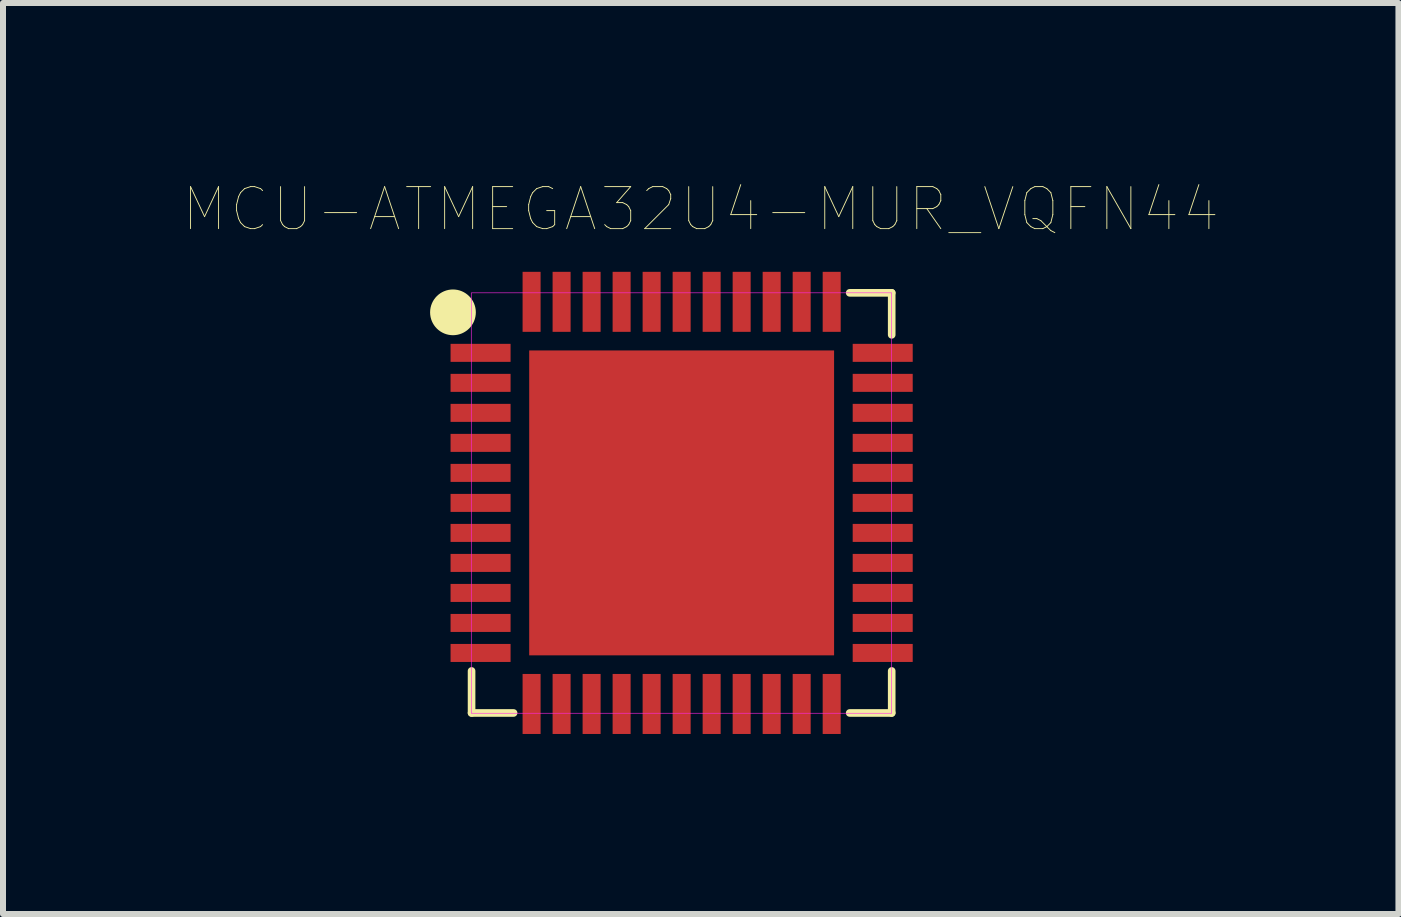
<source format=kicad_pcb>
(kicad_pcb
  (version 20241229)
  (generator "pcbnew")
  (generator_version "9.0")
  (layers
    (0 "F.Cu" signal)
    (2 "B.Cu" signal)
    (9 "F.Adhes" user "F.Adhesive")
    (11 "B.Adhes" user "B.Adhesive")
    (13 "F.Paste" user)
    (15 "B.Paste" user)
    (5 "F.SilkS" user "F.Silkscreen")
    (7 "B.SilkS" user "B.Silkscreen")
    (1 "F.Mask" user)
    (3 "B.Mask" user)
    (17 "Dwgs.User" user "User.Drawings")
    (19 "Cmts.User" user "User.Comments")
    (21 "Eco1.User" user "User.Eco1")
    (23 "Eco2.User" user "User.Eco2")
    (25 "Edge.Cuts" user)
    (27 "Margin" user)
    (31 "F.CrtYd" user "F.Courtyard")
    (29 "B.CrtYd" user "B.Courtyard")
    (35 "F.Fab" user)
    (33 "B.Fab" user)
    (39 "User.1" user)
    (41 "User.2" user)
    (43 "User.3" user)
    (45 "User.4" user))
  (footprint "MCU-ATMEGA32U4-MUR_VQFN44"
    (layer "F.Cu")
    (at 8.307 5.329)
    (property "Reference" "MCU-ATMEGA32U4-MUR_VQFN44" (at 0.318 -4.893 0) (layer "F.SilkS") (effects (font (size 0.7 0.7) (thickness 0.015))))
    (attr through_hole)
    (fp_line (start -3.5 2.8) (end -3.5 3.5) (stroke (width 0.127) (type solid)) (layer "F.SilkS"))
    (fp_line (start -3.5 3.5) (end -2.8 3.5) (stroke (width 0.127) (type solid)) (layer "F.SilkS"))
    (fp_line (start 2.8 3.5) (end 3.5 3.5) (stroke (width 0.127) (type solid)) (layer "F.SilkS"))
    (fp_line (start 3.5 -3.5) (end 2.8 -3.5) (stroke (width 0.127) (type solid)) (layer "F.SilkS"))
    (fp_line (start 3.5 -2.8) (end 3.5 -3.5) (stroke (width 0.127) (type solid)) (layer "F.SilkS"))
    (fp_line (start 3.5 3.5) (end 3.5 2.8) (stroke (width 0.127) (type solid)) (layer "F.SilkS"))
    (fp_circle (center -3.81 -3.175) (end -3.429 -3.175) (stroke (width 0) (type solid)) (fill yes) (layer "F.SilkS"))
    (fp_poly (pts (xy -3.505 -3.5) (xy 3.5 -3.5) (xy 3.5 3.505) (xy -3.505 3.505)) (stroke (width 0.01) (type solid)) (fill no) (layer "F.CrtYd"))
    (pad "1" smd rect (at -3.35 -2.5) (size 1 0.3) (layers "F.Cu" "F.Mask" "F.Paste"))
    (pad "2" smd rect (at -3.35 -2) (size 1 0.3) (layers "F.Cu" "F.Mask" "F.Paste"))
    (pad "3" smd rect (at -3.35 -1.5) (size 1 0.3) (layers "F.Cu" "F.Mask" "F.Paste"))
    (pad "4" smd rect (at -3.35 -1) (size 1 0.3) (layers "F.Cu" "F.Mask" "F.Paste"))
    (pad "5" smd rect (at -3.35 -0.5) (size 1 0.3) (layers "F.Cu" "F.Mask" "F.Paste"))
    (pad "6" smd rect (at -3.35 0) (size 1 0.3) (layers "F.Cu" "F.Mask" "F.Paste"))
    (pad "7" smd rect (at -3.35 0.5) (size 1 0.3) (layers "F.Cu" "F.Mask" "F.Paste"))
    (pad "8" smd rect (at -3.35 1) (size 1 0.3) (layers "F.Cu" "F.Mask" "F.Paste"))
    (pad "9" smd rect (at -3.35 1.5) (size 1 0.3) (layers "F.Cu" "F.Mask" "F.Paste"))
    (pad "10" smd rect (at -3.35 2) (size 1 0.3) (layers "F.Cu" "F.Mask" "F.Paste"))
    (pad "11" smd rect (at -3.35 2.5) (size 1 0.3) (layers "F.Cu" "F.Mask" "F.Paste"))
    (pad "12" smd rect (at -2.5 3.35) (size 0.3 1) (layers "F.Cu" "F.Mask" "F.Paste"))
    (pad "13" smd rect (at -2 3.35) (size 0.3 1) (layers "F.Cu" "F.Mask" "F.Paste"))
    (pad "14" smd rect (at -1.5 3.35) (size 0.3 1) (layers "F.Cu" "F.Mask" "F.Paste"))
    (pad "15" smd rect (at -1 3.35) (size 0.3 1) (layers "F.Cu" "F.Mask" "F.Paste"))
    (pad "16" smd rect (at -0.5 3.35) (size 0.3 1) (layers "F.Cu" "F.Mask" "F.Paste"))
    (pad "17" smd rect (at 0 3.35) (size 0.3 1) (layers "F.Cu" "F.Mask" "F.Paste"))
    (pad "18" smd rect (at 0.5 3.35) (size 0.3 1) (layers "F.Cu" "F.Mask" "F.Paste"))
    (pad "19" smd rect (at 1 3.35) (size 0.3 1) (layers "F.Cu" "F.Mask" "F.Paste"))
    (pad "20" smd rect (at 1.5 3.35) (size 0.3 1) (layers "F.Cu" "F.Mask" "F.Paste"))
    (pad "21" smd rect (at 2 3.35) (size 0.3 1) (layers "F.Cu" "F.Mask" "F.Paste"))
    (pad "22" smd rect (at 2.5 3.35) (size 0.3 1) (layers "F.Cu" "F.Mask" "F.Paste"))
    (pad "23" smd rect (at 3.35 2.5) (size 1 0.3) (layers "F.Cu" "F.Mask" "F.Paste"))
    (pad "24" smd rect (at 3.35 2) (size 1 0.3) (layers "F.Cu" "F.Mask" "F.Paste"))
    (pad "25" smd rect (at 3.35 1.5) (size 1 0.3) (layers "F.Cu" "F.Mask" "F.Paste"))
    (pad "26" smd rect (at 3.35 1) (size 1 0.3) (layers "F.Cu" "F.Mask" "F.Paste"))
    (pad "27" smd rect (at 3.35 0.5) (size 1 0.3) (layers "F.Cu" "F.Mask" "F.Paste"))
    (pad "28" smd rect (at 3.35 0) (size 1 0.3) (layers "F.Cu" "F.Mask" "F.Paste"))
    (pad "29" smd rect (at 3.35 -0.5) (size 1 0.3) (layers "F.Cu" "F.Mask" "F.Paste"))
    (pad "30" smd rect (at 3.35 -1) (size 1 0.3) (layers "F.Cu" "F.Mask" "F.Paste"))
    (pad "31" smd rect (at 3.35 -1.5) (size 1 0.3) (layers "F.Cu" "F.Mask" "F.Paste"))
    (pad "32" smd rect (at 3.35 -2) (size 1 0.3) (layers "F.Cu" "F.Mask" "F.Paste"))
    (pad "33" smd rect (at 3.35 -2.5) (size 1 0.3) (layers "F.Cu" "F.Mask" "F.Paste"))
    (pad "34" smd rect (at 2.5 -3.35) (size 0.3 1) (layers "F.Cu" "F.Mask" "F.Paste"))
    (pad "35" smd rect (at 2 -3.35) (size 0.3 1) (layers "F.Cu" "F.Mask" "F.Paste"))
    (pad "36" smd rect (at 1.5 -3.35) (size 0.3 1) (layers "F.Cu" "F.Mask" "F.Paste"))
    (pad "37" smd rect (at 1 -3.35) (size 0.3 1) (layers "F.Cu" "F.Mask" "F.Paste"))
    (pad "38" smd rect (at 0.5 -3.35) (size 0.3 1) (layers "F.Cu" "F.Mask" "F.Paste"))
    (pad "39" smd rect (at 0 -3.35) (size 0.3 1) (layers "F.Cu" "F.Mask" "F.Paste"))
    (pad "40" smd rect (at -0.5 -3.35) (size 0.3 1) (layers "F.Cu" "F.Mask" "F.Paste"))
    (pad "41" smd rect (at -1 -3.35) (size 0.3 1) (layers "F.Cu" "F.Mask" "F.Paste"))
    (pad "42" smd rect (at -1.5 -3.35) (size 0.3 1) (layers "F.Cu" "F.Mask" "F.Paste"))
    (pad "43" smd rect (at -2 -3.35) (size 0.3 1) (layers "F.Cu" "F.Mask" "F.Paste"))
    (pad "44" smd rect (at -2.5 -3.35) (size 0.3 1) (layers "F.Cu" "F.Mask" "F.Paste"))
    (pad "TAB" smd rect (at 0 0) (size 5.08 5.08) (layers "F.Cu" "F.Mask" "F.Paste")))
  (gr_rect
    (start -3 -3)
    (end 20.25 12.179)
    (stroke (width 0.1) (type default))
    (fill no)
    (layer "Edge.Cuts")))
</source>
